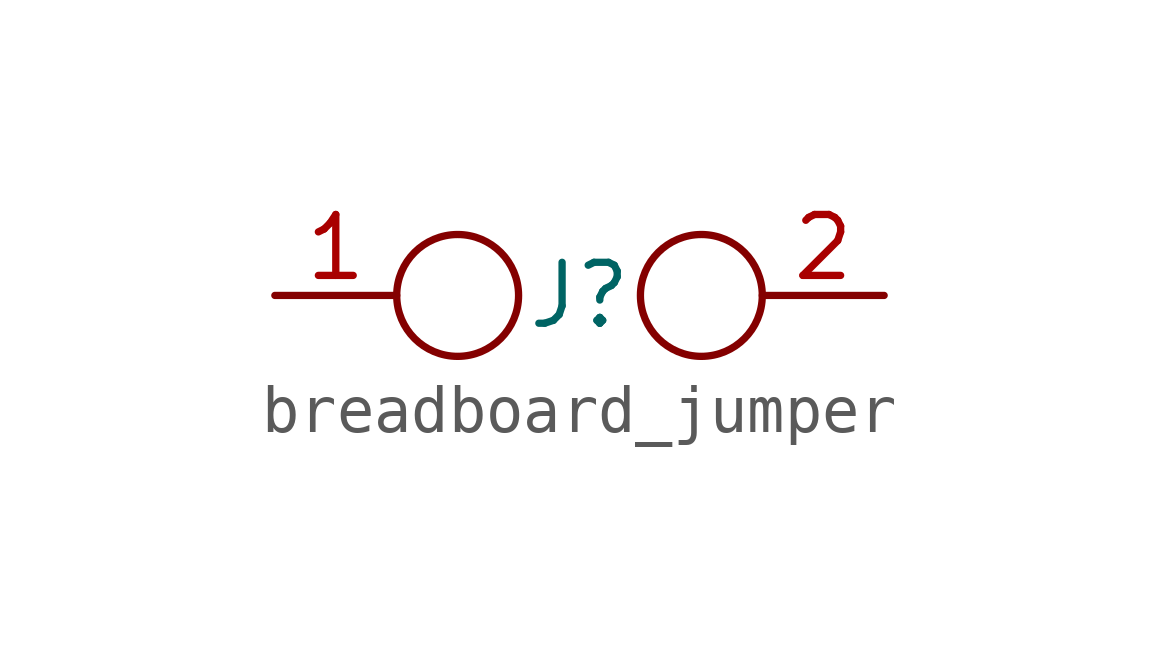
<source format=kicad_sym>
(kicad_symbol_lib
  (version 20231120)
  (generator "kicad_symbol_editor")
  (generator_version "8.0")
  (symbol "breadboard_jumper"
    (property "Reference" "J"
      (at 0 0 0)
      (effects (font (size 1.27 1.27))))
    (property "Value" ""
      (at 0 0 0)
      (effects (font (size 1.27 1.27))))
    (symbol "breadboard_jumper_0_1"
      (circle (center -2.54 0) (radius 1.27) (stroke (width 0) (type default)) (fill (type none)))
      (circle (center 2.54 0) (radius 1.27) (stroke (width 0) (type default)) (fill (type none))))
    (symbol "breadboard_jumper_1_1"
      (pin passive line (at -6.35 0 0) (length 2.54) (name "" (effects (font (size 1.27 1.27)))) (number "1" (effects (font (size 1.27 1.27)))))
      (pin passive line (at 6.35 0 180) (length 2.54) (name "" (effects (font (size 1.27 1.27)))) (number "2" (effects (font (size 1.27 1.27))))))))
</source>
